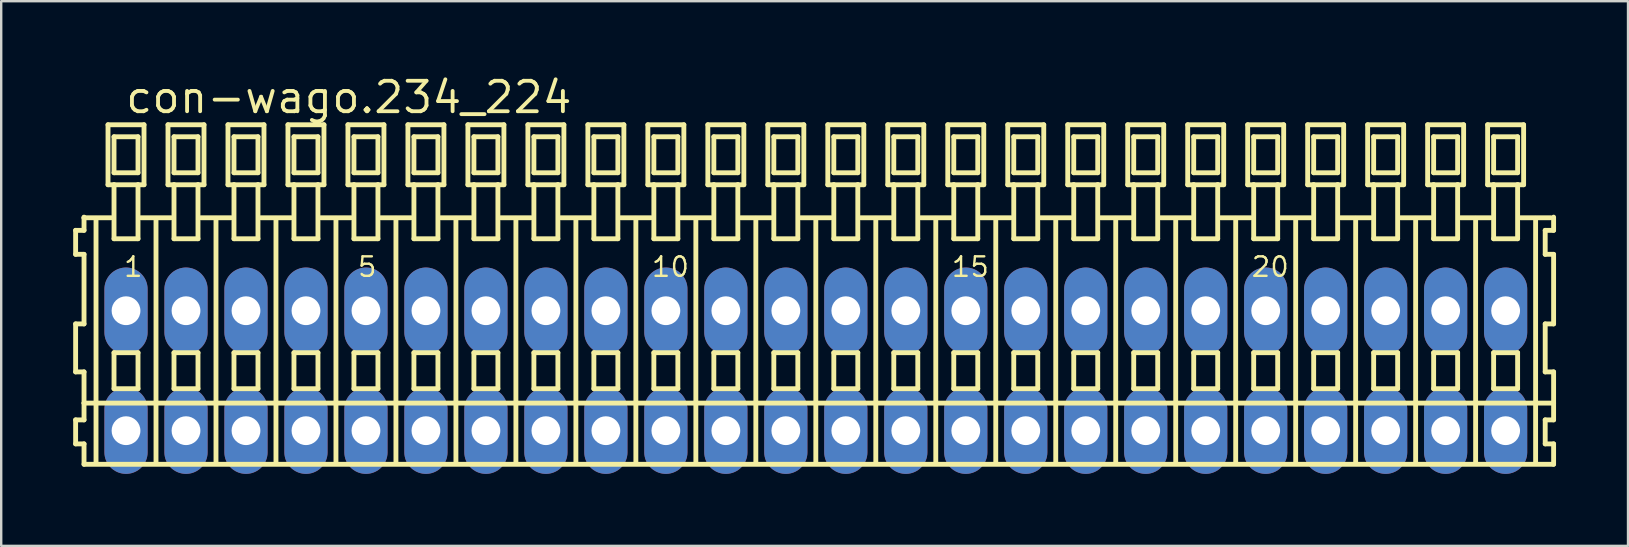
<source format=kicad_pcb>
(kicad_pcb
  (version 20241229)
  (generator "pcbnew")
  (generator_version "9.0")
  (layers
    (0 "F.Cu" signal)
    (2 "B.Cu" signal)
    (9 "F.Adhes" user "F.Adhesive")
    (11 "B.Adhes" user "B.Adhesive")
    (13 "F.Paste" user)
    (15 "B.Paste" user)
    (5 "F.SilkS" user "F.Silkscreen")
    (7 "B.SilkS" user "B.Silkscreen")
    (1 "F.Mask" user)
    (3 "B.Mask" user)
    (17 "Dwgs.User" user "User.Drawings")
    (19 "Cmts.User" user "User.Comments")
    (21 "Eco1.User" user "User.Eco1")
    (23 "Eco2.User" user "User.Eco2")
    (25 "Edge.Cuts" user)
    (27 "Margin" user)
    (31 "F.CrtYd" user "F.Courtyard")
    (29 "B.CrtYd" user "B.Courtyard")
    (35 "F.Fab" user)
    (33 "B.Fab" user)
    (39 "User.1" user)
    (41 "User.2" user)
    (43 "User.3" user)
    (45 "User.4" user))
  (footprint "con-wago.234_224"
    (layer "F.Cu")
    (at 30.952 12.4)
    (property "Reference" "con-wago.234_224" (at -28.85 -10.65 0) (layer "F.SilkS") (effects (font (size 1.27 1.27) (thickness 0.16)) (justify left bottom)))
    (attr through_hole)
    (fp_line (start -30.85 -5.85) (end -30.85 -4.85) (stroke (width 0.203) (type default)) (layer "F.SilkS"))
    (fp_line (start -30.85 -4.85) (end -30.5 -4.85) (stroke (width 0.203) (type default)) (layer "F.SilkS"))
    (fp_line (start -30.85 -1.95) (end -30.85 0.05) (stroke (width 0.203) (type default)) (layer "F.SilkS"))
    (fp_line (start -30.85 0.05) (end -30.5 0.05) (stroke (width 0.203) (type default)) (layer "F.SilkS"))
    (fp_line (start -30.85 2.05) (end -30.85 3.05) (stroke (width 0.203) (type default)) (layer "F.SilkS"))
    (fp_line (start -30.85 3.05) (end -30.5 3.05) (stroke (width 0.203) (type default)) (layer "F.SilkS"))
    (fp_line (start -30.5 -6.4) (end -30.5 -6.375) (stroke (width 0.203) (type default)) (layer "F.SilkS"))
    (fp_line (start -30.5 -6.375) (end -30.5 -5.85) (stroke (width 0.203) (type default)) (layer "F.SilkS"))
    (fp_line (start -30.5 -6.375) (end -29.375 -6.375) (stroke (width 0.203) (type default)) (layer "F.SilkS"))
    (fp_line (start -30.5 -5.85) (end -30.85 -5.85) (stroke (width 0.203) (type default)) (layer "F.SilkS"))
    (fp_line (start -30.5 -4.85) (end -30.5 -1.95) (stroke (width 0.203) (type default)) (layer "F.SilkS"))
    (fp_line (start -30.5 -1.95) (end -30.85 -1.95) (stroke (width 0.203) (type default)) (layer "F.SilkS"))
    (fp_line (start -30.5 0.05) (end -30.5 1.35) (stroke (width 0.203) (type default)) (layer "F.SilkS"))
    (fp_line (start -30.5 1.35) (end -30.5 2.05) (stroke (width 0.203) (type default)) (layer "F.SilkS"))
    (fp_line (start -30.5 1.35) (end 30.75 1.35) (stroke (width 0.203) (type default)) (layer "F.SilkS"))
    (fp_line (start -30.5 2.05) (end -30.85 2.05) (stroke (width 0.203) (type default)) (layer "F.SilkS"))
    (fp_line (start -30.5 3.05) (end -30.5 3.9) (stroke (width 0.203) (type default)) (layer "F.SilkS"))
    (fp_line (start -30.5 3.9) (end 30.75 3.9) (stroke (width 0.203) (type default)) (layer "F.SilkS"))
    (fp_line (start -30 -6.35) (end -30 3.8) (stroke (width 0.203) (type default)) (layer "F.SilkS"))
    (fp_line (start -29.5 -10.25) (end -29.5 -7.75) (stroke (width 0.203) (type default)) (layer "F.SilkS"))
    (fp_line (start -29.5 -7.75) (end -29.25 -7.75) (stroke (width 0.203) (type default)) (layer "F.SilkS"))
    (fp_line (start -29.25 -9.75) (end -29.25 -8.25) (stroke (width 0.203) (type default)) (layer "F.SilkS"))
    (fp_line (start -29.25 -8.25) (end -28.25 -8.25) (stroke (width 0.203) (type default)) (layer "F.SilkS"))
    (fp_line (start -29.25 -7.75) (end -29.25 -5.5) (stroke (width 0.203) (type default)) (layer "F.SilkS"))
    (fp_line (start -29.25 -7.75) (end -28.25 -7.75) (stroke (width 0.203) (type default)) (layer "F.SilkS"))
    (fp_line (start -29.25 -5.5) (end -28.25 -5.5) (stroke (width 0.203) (type default)) (layer "F.SilkS"))
    (fp_line (start -29.25 -0.75) (end -29.25 0.75) (stroke (width 0.203) (type default)) (layer "F.SilkS"))
    (fp_line (start -29.25 0.75) (end -28.25 0.75) (stroke (width 0.203) (type default)) (layer "F.SilkS"))
    (fp_line (start -28.25 -9.75) (end -29.25 -9.75) (stroke (width 0.203) (type default)) (layer "F.SilkS"))
    (fp_line (start -28.25 -8.25) (end -28.25 -9.75) (stroke (width 0.203) (type default)) (layer "F.SilkS"))
    (fp_line (start -28.25 -7.75) (end -28 -7.75) (stroke (width 0.203) (type default)) (layer "F.SilkS"))
    (fp_line (start -28.25 -5.5) (end -28.25 -7.75) (stroke (width 0.203) (type default)) (layer "F.SilkS"))
    (fp_line (start -28.25 -0.75) (end -29.25 -0.75) (stroke (width 0.203) (type default)) (layer "F.SilkS"))
    (fp_line (start -28.25 0.75) (end -28.25 -0.75) (stroke (width 0.203) (type default)) (layer "F.SilkS"))
    (fp_line (start -28.125 -6.375) (end -26.875 -6.375) (stroke (width 0.203) (type default)) (layer "F.SilkS"))
    (fp_line (start -28 -10.25) (end -29.5 -10.25) (stroke (width 0.203) (type default)) (layer "F.SilkS"))
    (fp_line (start -28 -7.75) (end -28 -10.25) (stroke (width 0.203) (type default)) (layer "F.SilkS"))
    (fp_line (start -27.5 -6.35) (end -27.5 3.8) (stroke (width 0.203) (type default)) (layer "F.SilkS"))
    (fp_line (start -27 -10.25) (end -27 -7.75) (stroke (width 0.203) (type default)) (layer "F.SilkS"))
    (fp_line (start -27 -7.75) (end -26.75 -7.75) (stroke (width 0.203) (type default)) (layer "F.SilkS"))
    (fp_line (start -26.75 -9.75) (end -26.75 -8.25) (stroke (width 0.203) (type default)) (layer "F.SilkS"))
    (fp_line (start -26.75 -8.25) (end -25.75 -8.25) (stroke (width 0.203) (type default)) (layer "F.SilkS"))
    (fp_line (start -26.75 -7.75) (end -26.75 -5.5) (stroke (width 0.203) (type default)) (layer "F.SilkS"))
    (fp_line (start -26.75 -7.75) (end -25.75 -7.75) (stroke (width 0.203) (type default)) (layer "F.SilkS"))
    (fp_line (start -26.75 -5.5) (end -25.75 -5.5) (stroke (width 0.203) (type default)) (layer "F.SilkS"))
    (fp_line (start -26.75 -0.75) (end -26.75 0.75) (stroke (width 0.203) (type default)) (layer "F.SilkS"))
    (fp_line (start -26.75 0.75) (end -25.75 0.75) (stroke (width 0.203) (type default)) (layer "F.SilkS"))
    (fp_line (start -25.75 -9.75) (end -26.75 -9.75) (stroke (width 0.203) (type default)) (layer "F.SilkS"))
    (fp_line (start -25.75 -8.25) (end -25.75 -9.75) (stroke (width 0.203) (type default)) (layer "F.SilkS"))
    (fp_line (start -25.75 -7.75) (end -25.5 -7.75) (stroke (width 0.203) (type default)) (layer "F.SilkS"))
    (fp_line (start -25.75 -5.5) (end -25.75 -7.75) (stroke (width 0.203) (type default)) (layer "F.SilkS"))
    (fp_line (start -25.75 -0.75) (end -26.75 -0.75) (stroke (width 0.203) (type default)) (layer "F.SilkS"))
    (fp_line (start -25.75 0.75) (end -25.75 -0.75) (stroke (width 0.203) (type default)) (layer "F.SilkS"))
    (fp_line (start -25.625 -6.375) (end -24.375 -6.375) (stroke (width 0.203) (type default)) (layer "F.SilkS"))
    (fp_line (start -25.5 -10.25) (end -27 -10.25) (stroke (width 0.203) (type default)) (layer "F.SilkS"))
    (fp_line (start -25.5 -7.75) (end -25.5 -10.25) (stroke (width 0.203) (type default)) (layer "F.SilkS"))
    (fp_line (start -25 -6.35) (end -25 3.8) (stroke (width 0.203) (type default)) (layer "F.SilkS"))
    (fp_line (start -24.5 -10.25) (end -24.5 -7.75) (stroke (width 0.203) (type default)) (layer "F.SilkS"))
    (fp_line (start -24.5 -7.75) (end -24.25 -7.75) (stroke (width 0.203) (type default)) (layer "F.SilkS"))
    (fp_line (start -24.25 -9.75) (end -24.25 -8.25) (stroke (width 0.203) (type default)) (layer "F.SilkS"))
    (fp_line (start -24.25 -8.25) (end -23.25 -8.25) (stroke (width 0.203) (type default)) (layer "F.SilkS"))
    (fp_line (start -24.25 -7.75) (end -24.25 -5.5) (stroke (width 0.203) (type default)) (layer "F.SilkS"))
    (fp_line (start -24.25 -7.75) (end -23.25 -7.75) (stroke (width 0.203) (type default)) (layer "F.SilkS"))
    (fp_line (start -24.25 -5.5) (end -23.25 -5.5) (stroke (width 0.203) (type default)) (layer "F.SilkS"))
    (fp_line (start -24.25 -0.75) (end -24.25 0.75) (stroke (width 0.203) (type default)) (layer "F.SilkS"))
    (fp_line (start -24.25 0.75) (end -23.25 0.75) (stroke (width 0.203) (type default)) (layer "F.SilkS"))
    (fp_line (start -23.25 -9.75) (end -24.25 -9.75) (stroke (width 0.203) (type default)) (layer "F.SilkS"))
    (fp_line (start -23.25 -8.25) (end -23.25 -9.75) (stroke (width 0.203) (type default)) (layer "F.SilkS"))
    (fp_line (start -23.25 -7.75) (end -23 -7.75) (stroke (width 0.203) (type default)) (layer "F.SilkS"))
    (fp_line (start -23.25 -5.5) (end -23.25 -7.75) (stroke (width 0.203) (type default)) (layer "F.SilkS"))
    (fp_line (start -23.25 -0.75) (end -24.25 -0.75) (stroke (width 0.203) (type default)) (layer "F.SilkS"))
    (fp_line (start -23.25 0.75) (end -23.25 -0.75) (stroke (width 0.203) (type default)) (layer "F.SilkS"))
    (fp_line (start -23.125 -6.375) (end -21.875 -6.375) (stroke (width 0.203) (type default)) (layer "F.SilkS"))
    (fp_line (start -23 -10.25) (end -24.5 -10.25) (stroke (width 0.203) (type default)) (layer "F.SilkS"))
    (fp_line (start -23 -7.75) (end -23 -10.25) (stroke (width 0.203) (type default)) (layer "F.SilkS"))
    (fp_line (start -22.5 -6.35) (end -22.5 3.8) (stroke (width 0.203) (type default)) (layer "F.SilkS"))
    (fp_line (start -22 -10.25) (end -22 -7.75) (stroke (width 0.203) (type default)) (layer "F.SilkS"))
    (fp_line (start -22 -7.75) (end -21.75 -7.75) (stroke (width 0.203) (type default)) (layer "F.SilkS"))
    (fp_line (start -21.75 -9.75) (end -21.75 -8.25) (stroke (width 0.203) (type default)) (layer "F.SilkS"))
    (fp_line (start -21.75 -8.25) (end -20.75 -8.25) (stroke (width 0.203) (type default)) (layer "F.SilkS"))
    (fp_line (start -21.75 -7.75) (end -21.75 -5.5) (stroke (width 0.203) (type default)) (layer "F.SilkS"))
    (fp_line (start -21.75 -7.75) (end -20.75 -7.75) (stroke (width 0.203) (type default)) (layer "F.SilkS"))
    (fp_line (start -21.75 -5.5) (end -20.75 -5.5) (stroke (width 0.203) (type default)) (layer "F.SilkS"))
    (fp_line (start -21.75 -0.75) (end -21.75 0.75) (stroke (width 0.203) (type default)) (layer "F.SilkS"))
    (fp_line (start -21.75 0.75) (end -20.75 0.75) (stroke (width 0.203) (type default)) (layer "F.SilkS"))
    (fp_line (start -20.75 -9.75) (end -21.75 -9.75) (stroke (width 0.203) (type default)) (layer "F.SilkS"))
    (fp_line (start -20.75 -8.25) (end -20.75 -9.75) (stroke (width 0.203) (type default)) (layer "F.SilkS"))
    (fp_line (start -20.75 -7.75) (end -20.5 -7.75) (stroke (width 0.203) (type default)) (layer "F.SilkS"))
    (fp_line (start -20.75 -5.5) (end -20.75 -7.75) (stroke (width 0.203) (type default)) (layer "F.SilkS"))
    (fp_line (start -20.75 -0.75) (end -21.75 -0.75) (stroke (width 0.203) (type default)) (layer "F.SilkS"))
    (fp_line (start -20.75 0.75) (end -20.75 -0.75) (stroke (width 0.203) (type default)) (layer "F.SilkS"))
    (fp_line (start -20.625 -6.375) (end -19.375 -6.375) (stroke (width 0.203) (type default)) (layer "F.SilkS"))
    (fp_line (start -20.5 -10.25) (end -22 -10.25) (stroke (width 0.203) (type default)) (layer "F.SilkS"))
    (fp_line (start -20.5 -7.75) (end -20.5 -10.25) (stroke (width 0.203) (type default)) (layer "F.SilkS"))
    (fp_line (start -20 -6.35) (end -20 3.8) (stroke (width 0.203) (type default)) (layer "F.SilkS"))
    (fp_line (start -19.5 -10.25) (end -19.5 -7.75) (stroke (width 0.203) (type default)) (layer "F.SilkS"))
    (fp_line (start -19.5 -7.75) (end -19.25 -7.75) (stroke (width 0.203) (type default)) (layer "F.SilkS"))
    (fp_line (start -19.25 -9.75) (end -19.25 -8.25) (stroke (width 0.203) (type default)) (layer "F.SilkS"))
    (fp_line (start -19.25 -8.25) (end -18.25 -8.25) (stroke (width 0.203) (type default)) (layer "F.SilkS"))
    (fp_line (start -19.25 -7.75) (end -19.25 -5.5) (stroke (width 0.203) (type default)) (layer "F.SilkS"))
    (fp_line (start -19.25 -7.75) (end -18.25 -7.75) (stroke (width 0.203) (type default)) (layer "F.SilkS"))
    (fp_line (start -19.25 -5.5) (end -18.25 -5.5) (stroke (width 0.203) (type default)) (layer "F.SilkS"))
    (fp_line (start -19.25 -0.75) (end -19.25 0.75) (stroke (width 0.203) (type default)) (layer "F.SilkS"))
    (fp_line (start -19.25 0.75) (end -18.25 0.75) (stroke (width 0.203) (type default)) (layer "F.SilkS"))
    (fp_line (start -18.25 -9.75) (end -19.25 -9.75) (stroke (width 0.203) (type default)) (layer "F.SilkS"))
    (fp_line (start -18.25 -8.25) (end -18.25 -9.75) (stroke (width 0.203) (type default)) (layer "F.SilkS"))
    (fp_line (start -18.25 -7.75) (end -18 -7.75) (stroke (width 0.203) (type default)) (layer "F.SilkS"))
    (fp_line (start -18.25 -5.5) (end -18.25 -7.75) (stroke (width 0.203) (type default)) (layer "F.SilkS"))
    (fp_line (start -18.25 -0.75) (end -19.25 -0.75) (stroke (width 0.203) (type default)) (layer "F.SilkS"))
    (fp_line (start -18.25 0.75) (end -18.25 -0.75) (stroke (width 0.203) (type default)) (layer "F.SilkS"))
    (fp_line (start -18.125 -6.375) (end -16.875 -6.375) (stroke (width 0.203) (type default)) (layer "F.SilkS"))
    (fp_line (start -18 -10.25) (end -19.5 -10.25) (stroke (width 0.203) (type default)) (layer "F.SilkS"))
    (fp_line (start -18 -7.75) (end -18 -10.25) (stroke (width 0.203) (type default)) (layer "F.SilkS"))
    (fp_line (start -17.5 -6.35) (end -17.5 3.8) (stroke (width 0.203) (type default)) (layer "F.SilkS"))
    (fp_line (start -17 -10.25) (end -17 -7.75) (stroke (width 0.203) (type default)) (layer "F.SilkS"))
    (fp_line (start -17 -7.75) (end -16.75 -7.75) (stroke (width 0.203) (type default)) (layer "F.SilkS"))
    (fp_line (start -16.75 -9.75) (end -16.75 -8.25) (stroke (width 0.203) (type default)) (layer "F.SilkS"))
    (fp_line (start -16.75 -8.25) (end -15.75 -8.25) (stroke (width 0.203) (type default)) (layer "F.SilkS"))
    (fp_line (start -16.75 -7.75) (end -16.75 -5.5) (stroke (width 0.203) (type default)) (layer "F.SilkS"))
    (fp_line (start -16.75 -7.75) (end -15.75 -7.75) (stroke (width 0.203) (type default)) (layer "F.SilkS"))
    (fp_line (start -16.75 -5.5) (end -15.75 -5.5) (stroke (width 0.203) (type default)) (layer "F.SilkS"))
    (fp_line (start -16.75 -0.75) (end -16.75 0.75) (stroke (width 0.203) (type default)) (layer "F.SilkS"))
    (fp_line (start -16.75 0.75) (end -15.75 0.75) (stroke (width 0.203) (type default)) (layer "F.SilkS"))
    (fp_line (start -15.75 -9.75) (end -16.75 -9.75) (stroke (width 0.203) (type default)) (layer "F.SilkS"))
    (fp_line (start -15.75 -8.25) (end -15.75 -9.75) (stroke (width 0.203) (type default)) (layer "F.SilkS"))
    (fp_line (start -15.75 -7.75) (end -15.5 -7.75) (stroke (width 0.203) (type default)) (layer "F.SilkS"))
    (fp_line (start -15.75 -5.5) (end -15.75 -7.75) (stroke (width 0.203) (type default)) (layer "F.SilkS"))
    (fp_line (start -15.75 -0.75) (end -16.75 -0.75) (stroke (width 0.203) (type default)) (layer "F.SilkS"))
    (fp_line (start -15.75 0.75) (end -15.75 -0.75) (stroke (width 0.203) (type default)) (layer "F.SilkS"))
    (fp_line (start -15.625 -6.375) (end -14.375 -6.375) (stroke (width 0.203) (type default)) (layer "F.SilkS"))
    (fp_line (start -15.5 -10.25) (end -17 -10.25) (stroke (width 0.203) (type default)) (layer "F.SilkS"))
    (fp_line (start -15.5 -7.75) (end -15.5 -10.25) (stroke (width 0.203) (type default)) (layer "F.SilkS"))
    (fp_line (start -15 -6.35) (end -15 3.8) (stroke (width 0.203) (type default)) (layer "F.SilkS"))
    (fp_line (start -14.5 -10.25) (end -14.5 -7.75) (stroke (width 0.203) (type default)) (layer "F.SilkS"))
    (fp_line (start -14.5 -7.75) (end -14.25 -7.75) (stroke (width 0.203) (type default)) (layer "F.SilkS"))
    (fp_line (start -14.25 -9.75) (end -14.25 -8.25) (stroke (width 0.203) (type default)) (layer "F.SilkS"))
    (fp_line (start -14.25 -8.25) (end -13.25 -8.25) (stroke (width 0.203) (type default)) (layer "F.SilkS"))
    (fp_line (start -14.25 -7.75) (end -14.25 -5.5) (stroke (width 0.203) (type default)) (layer "F.SilkS"))
    (fp_line (start -14.25 -7.75) (end -13.25 -7.75) (stroke (width 0.203) (type default)) (layer "F.SilkS"))
    (fp_line (start -14.25 -5.5) (end -13.25 -5.5) (stroke (width 0.203) (type default)) (layer "F.SilkS"))
    (fp_line (start -14.25 -0.75) (end -14.25 0.75) (stroke (width 0.203) (type default)) (layer "F.SilkS"))
    (fp_line (start -14.25 0.75) (end -13.25 0.75) (stroke (width 0.203) (type default)) (layer "F.SilkS"))
    (fp_line (start -13.25 -9.75) (end -14.25 -9.75) (stroke (width 0.203) (type default)) (layer "F.SilkS"))
    (fp_line (start -13.25 -8.25) (end -13.25 -9.75) (stroke (width 0.203) (type default)) (layer "F.SilkS"))
    (fp_line (start -13.25 -7.75) (end -13 -7.75) (stroke (width 0.203) (type default)) (layer "F.SilkS"))
    (fp_line (start -13.25 -5.5) (end -13.25 -7.75) (stroke (width 0.203) (type default)) (layer "F.SilkS"))
    (fp_line (start -13.25 -0.75) (end -14.25 -0.75) (stroke (width 0.203) (type default)) (layer "F.SilkS"))
    (fp_line (start -13.25 0.75) (end -13.25 -0.75) (stroke (width 0.203) (type default)) (layer "F.SilkS"))
    (fp_line (start -13.125 -6.375) (end -11.875 -6.375) (stroke (width 0.203) (type default)) (layer "F.SilkS"))
    (fp_line (start -13 -10.25) (end -14.5 -10.25) (stroke (width 0.203) (type default)) (layer "F.SilkS"))
    (fp_line (start -13 -7.75) (end -13 -10.25) (stroke (width 0.203) (type default)) (layer "F.SilkS"))
    (fp_line (start -12.5 -6.35) (end -12.5 3.8) (stroke (width 0.203) (type default)) (layer "F.SilkS"))
    (fp_line (start -12 -10.25) (end -12 -7.75) (stroke (width 0.203) (type default)) (layer "F.SilkS"))
    (fp_line (start -12 -7.75) (end -11.75 -7.75) (stroke (width 0.203) (type default)) (layer "F.SilkS"))
    (fp_line (start -11.75 -9.75) (end -11.75 -8.25) (stroke (width 0.203) (type default)) (layer "F.SilkS"))
    (fp_line (start -11.75 -8.25) (end -10.75 -8.25) (stroke (width 0.203) (type default)) (layer "F.SilkS"))
    (fp_line (start -11.75 -7.75) (end -11.75 -5.5) (stroke (width 0.203) (type default)) (layer "F.SilkS"))
    (fp_line (start -11.75 -7.75) (end -10.75 -7.75) (stroke (width 0.203) (type default)) (layer "F.SilkS"))
    (fp_line (start -11.75 -5.5) (end -10.75 -5.5) (stroke (width 0.203) (type default)) (layer "F.SilkS"))
    (fp_line (start -11.75 -0.75) (end -11.75 0.75) (stroke (width 0.203) (type default)) (layer "F.SilkS"))
    (fp_line (start -11.75 0.75) (end -10.75 0.75) (stroke (width 0.203) (type default)) (layer "F.SilkS"))
    (fp_line (start -10.75 -9.75) (end -11.75 -9.75) (stroke (width 0.203) (type default)) (layer "F.SilkS"))
    (fp_line (start -10.75 -8.25) (end -10.75 -9.75) (stroke (width 0.203) (type default)) (layer "F.SilkS"))
    (fp_line (start -10.75 -7.75) (end -10.5 -7.75) (stroke (width 0.203) (type default)) (layer "F.SilkS"))
    (fp_line (start -10.75 -5.5) (end -10.75 -7.75) (stroke (width 0.203) (type default)) (layer "F.SilkS"))
    (fp_line (start -10.75 -0.75) (end -11.75 -0.75) (stroke (width 0.203) (type default)) (layer "F.SilkS"))
    (fp_line (start -10.75 0.75) (end -10.75 -0.75) (stroke (width 0.203) (type default)) (layer "F.SilkS"))
    (fp_line (start -10.625 -6.375) (end -9.375 -6.375) (stroke (width 0.203) (type default)) (layer "F.SilkS"))
    (fp_line (start -10.5 -10.25) (end -12 -10.25) (stroke (width 0.203) (type default)) (layer "F.SilkS"))
    (fp_line (start -10.5 -7.75) (end -10.5 -10.25) (stroke (width 0.203) (type default)) (layer "F.SilkS"))
    (fp_line (start -10 -6.35) (end -10 3.8) (stroke (width 0.203) (type default)) (layer "F.SilkS"))
    (fp_line (start -9.5 -10.25) (end -9.5 -7.75) (stroke (width 0.203) (type default)) (layer "F.SilkS"))
    (fp_line (start -9.5 -7.75) (end -9.25 -7.75) (stroke (width 0.203) (type default)) (layer "F.SilkS"))
    (fp_line (start -9.25 -9.75) (end -9.25 -8.25) (stroke (width 0.203) (type default)) (layer "F.SilkS"))
    (fp_line (start -9.25 -8.25) (end -8.25 -8.25) (stroke (width 0.203) (type default)) (layer "F.SilkS"))
    (fp_line (start -9.25 -7.75) (end -9.25 -5.5) (stroke (width 0.203) (type default)) (layer "F.SilkS"))
    (fp_line (start -9.25 -7.75) (end -8.25 -7.75) (stroke (width 0.203) (type default)) (layer "F.SilkS"))
    (fp_line (start -9.25 -5.5) (end -8.25 -5.5) (stroke (width 0.203) (type default)) (layer "F.SilkS"))
    (fp_line (start -9.25 -0.75) (end -9.25 0.75) (stroke (width 0.203) (type default)) (layer "F.SilkS"))
    (fp_line (start -9.25 0.75) (end -8.25 0.75) (stroke (width 0.203) (type default)) (layer "F.SilkS"))
    (fp_line (start -8.25 -9.75) (end -9.25 -9.75) (stroke (width 0.203) (type default)) (layer "F.SilkS"))
    (fp_line (start -8.25 -8.25) (end -8.25 -9.75) (stroke (width 0.203) (type default)) (layer "F.SilkS"))
    (fp_line (start -8.25 -7.75) (end -8 -7.75) (stroke (width 0.203) (type default)) (layer "F.SilkS"))
    (fp_line (start -8.25 -5.5) (end -8.25 -7.75) (stroke (width 0.203) (type default)) (layer "F.SilkS"))
    (fp_line (start -8.25 -0.75) (end -9.25 -0.75) (stroke (width 0.203) (type default)) (layer "F.SilkS"))
    (fp_line (start -8.25 0.75) (end -8.25 -0.75) (stroke (width 0.203) (type default)) (layer "F.SilkS"))
    (fp_line (start -8.125 -6.375) (end -6.875 -6.375) (stroke (width 0.203) (type default)) (layer "F.SilkS"))
    (fp_line (start -8 -10.25) (end -9.5 -10.25) (stroke (width 0.203) (type default)) (layer "F.SilkS"))
    (fp_line (start -8 -7.75) (end -8 -10.25) (stroke (width 0.203) (type default)) (layer "F.SilkS"))
    (fp_line (start -7.5 -6.35) (end -7.5 3.8) (stroke (width 0.203) (type default)) (layer "F.SilkS"))
    (fp_line (start -7 -10.25) (end -7 -7.75) (stroke (width 0.203) (type default)) (layer "F.SilkS"))
    (fp_line (start -7 -7.75) (end -6.75 -7.75) (stroke (width 0.203) (type default)) (layer "F.SilkS"))
    (fp_line (start -6.75 -9.75) (end -6.75 -8.25) (stroke (width 0.203) (type default)) (layer "F.SilkS"))
    (fp_line (start -6.75 -8.25) (end -5.75 -8.25) (stroke (width 0.203) (type default)) (layer "F.SilkS"))
    (fp_line (start -6.75 -7.75) (end -6.75 -5.5) (stroke (width 0.203) (type default)) (layer "F.SilkS"))
    (fp_line (start -6.75 -7.75) (end -5.75 -7.75) (stroke (width 0.203) (type default)) (layer "F.SilkS"))
    (fp_line (start -6.75 -5.5) (end -5.75 -5.5) (stroke (width 0.203) (type default)) (layer "F.SilkS"))
    (fp_line (start -6.75 -0.75) (end -6.75 0.75) (stroke (width 0.203) (type default)) (layer "F.SilkS"))
    (fp_line (start -6.75 0.75) (end -5.75 0.75) (stroke (width 0.203) (type default)) (layer "F.SilkS"))
    (fp_line (start -5.75 -9.75) (end -6.75 -9.75) (stroke (width 0.203) (type default)) (layer "F.SilkS"))
    (fp_line (start -5.75 -8.25) (end -5.75 -9.75) (stroke (width 0.203) (type default)) (layer "F.SilkS"))
    (fp_line (start -5.75 -7.75) (end -5.5 -7.75) (stroke (width 0.203) (type default)) (layer "F.SilkS"))
    (fp_line (start -5.75 -5.5) (end -5.75 -7.75) (stroke (width 0.203) (type default)) (layer "F.SilkS"))
    (fp_line (start -5.75 -0.75) (end -6.75 -0.75) (stroke (width 0.203) (type default)) (layer "F.SilkS"))
    (fp_line (start -5.75 0.75) (end -5.75 -0.75) (stroke (width 0.203) (type default)) (layer "F.SilkS"))
    (fp_line (start -5.625 -6.375) (end -4.375 -6.375) (stroke (width 0.203) (type default)) (layer "F.SilkS"))
    (fp_line (start -5.5 -10.25) (end -7 -10.25) (stroke (width 0.203) (type default)) (layer "F.SilkS"))
    (fp_line (start -5.5 -7.75) (end -5.5 -10.25) (stroke (width 0.203) (type default)) (layer "F.SilkS"))
    (fp_line (start -5 -6.35) (end -5 3.8) (stroke (width 0.203) (type default)) (layer "F.SilkS"))
    (fp_line (start -4.5 -10.25) (end -4.5 -7.75) (stroke (width 0.203) (type default)) (layer "F.SilkS"))
    (fp_line (start -4.5 -7.75) (end -4.25 -7.75) (stroke (width 0.203) (type default)) (layer "F.SilkS"))
    (fp_line (start -4.25 -9.75) (end -4.25 -8.25) (stroke (width 0.203) (type default)) (layer "F.SilkS"))
    (fp_line (start -4.25 -8.25) (end -3.25 -8.25) (stroke (width 0.203) (type default)) (layer "F.SilkS"))
    (fp_line (start -4.25 -7.75) (end -4.25 -5.5) (stroke (width 0.203) (type default)) (layer "F.SilkS"))
    (fp_line (start -4.25 -7.75) (end -3.25 -7.75) (stroke (width 0.203) (type default)) (layer "F.SilkS"))
    (fp_line (start -4.25 -5.5) (end -3.25 -5.5) (stroke (width 0.203) (type default)) (layer "F.SilkS"))
    (fp_line (start -4.25 -0.75) (end -4.25 0.75) (stroke (width 0.203) (type default)) (layer "F.SilkS"))
    (fp_line (start -4.25 0.75) (end -3.25 0.75) (stroke (width 0.203) (type default)) (layer "F.SilkS"))
    (fp_line (start -3.25 -9.75) (end -4.25 -9.75) (stroke (width 0.203) (type default)) (layer "F.SilkS"))
    (fp_line (start -3.25 -8.25) (end -3.25 -9.75) (stroke (width 0.203) (type default)) (layer "F.SilkS"))
    (fp_line (start -3.25 -7.75) (end -3 -7.75) (stroke (width 0.203) (type default)) (layer "F.SilkS"))
    (fp_line (start -3.25 -5.5) (end -3.25 -7.75) (stroke (width 0.203) (type default)) (layer "F.SilkS"))
    (fp_line (start -3.25 -0.75) (end -4.25 -0.75) (stroke (width 0.203) (type default)) (layer "F.SilkS"))
    (fp_line (start -3.25 0.75) (end -3.25 -0.75) (stroke (width 0.203) (type default)) (layer "F.SilkS"))
    (fp_line (start -3.125 -6.375) (end -1.875 -6.375) (stroke (width 0.203) (type default)) (layer "F.SilkS"))
    (fp_line (start -3 -10.25) (end -4.5 -10.25) (stroke (width 0.203) (type default)) (layer "F.SilkS"))
    (fp_line (start -3 -7.75) (end -3 -10.25) (stroke (width 0.203) (type default)) (layer "F.SilkS"))
    (fp_line (start -2.5 -6.35) (end -2.5 3.8) (stroke (width 0.203) (type default)) (layer "F.SilkS"))
    (fp_line (start -2 -10.25) (end -2 -7.75) (stroke (width 0.203) (type default)) (layer "F.SilkS"))
    (fp_line (start -2 -7.75) (end -1.75 -7.75) (stroke (width 0.203) (type default)) (layer "F.SilkS"))
    (fp_line (start -1.75 -9.75) (end -1.75 -8.25) (stroke (width 0.203) (type default)) (layer "F.SilkS"))
    (fp_line (start -1.75 -8.25) (end -0.75 -8.25) (stroke (width 0.203) (type default)) (layer "F.SilkS"))
    (fp_line (start -1.75 -7.75) (end -1.75 -5.5) (stroke (width 0.203) (type default)) (layer "F.SilkS"))
    (fp_line (start -1.75 -7.75) (end -0.75 -7.75) (stroke (width 0.203) (type default)) (layer "F.SilkS"))
    (fp_line (start -1.75 -5.5) (end -0.75 -5.5) (stroke (width 0.203) (type default)) (layer "F.SilkS"))
    (fp_line (start -1.75 -0.75) (end -1.75 0.75) (stroke (width 0.203) (type default)) (layer "F.SilkS"))
    (fp_line (start -1.75 0.75) (end -0.75 0.75) (stroke (width 0.203) (type default)) (layer "F.SilkS"))
    (fp_line (start -0.75 -9.75) (end -1.75 -9.75) (stroke (width 0.203) (type default)) (layer "F.SilkS"))
    (fp_line (start -0.75 -8.25) (end -0.75 -9.75) (stroke (width 0.203) (type default)) (layer "F.SilkS"))
    (fp_line (start -0.75 -7.75) (end -0.5 -7.75) (stroke (width 0.203) (type default)) (layer "F.SilkS"))
    (fp_line (start -0.75 -5.5) (end -0.75 -7.75) (stroke (width 0.203) (type default)) (layer "F.SilkS"))
    (fp_line (start -0.75 -0.75) (end -1.75 -0.75) (stroke (width 0.203) (type default)) (layer "F.SilkS"))
    (fp_line (start -0.75 0.75) (end -0.75 -0.75) (stroke (width 0.203) (type default)) (layer "F.SilkS"))
    (fp_line (start -0.625 -6.375) (end 0.625 -6.375) (stroke (width 0.203) (type default)) (layer "F.SilkS"))
    (fp_line (start -0.5 -10.25) (end -2 -10.25) (stroke (width 0.203) (type default)) (layer "F.SilkS"))
    (fp_line (start -0.5 -7.75) (end -0.5 -10.25) (stroke (width 0.203) (type default)) (layer "F.SilkS"))
    (fp_line (start 0 -6.35) (end 0 3.8) (stroke (width 0.203) (type default)) (layer "F.SilkS"))
    (fp_line (start 0.5 -10.25) (end 0.5 -7.75) (stroke (width 0.203) (type default)) (layer "F.SilkS"))
    (fp_line (start 0.5 -7.75) (end 0.75 -7.75) (stroke (width 0.203) (type default)) (layer "F.SilkS"))
    (fp_line (start 0.75 -9.75) (end 0.75 -8.25) (stroke (width 0.203) (type default)) (layer "F.SilkS"))
    (fp_line (start 0.75 -8.25) (end 1.75 -8.25) (stroke (width 0.203) (type default)) (layer "F.SilkS"))
    (fp_line (start 0.75 -7.75) (end 0.75 -5.5) (stroke (width 0.203) (type default)) (layer "F.SilkS"))
    (fp_line (start 0.75 -7.75) (end 1.75 -7.75) (stroke (width 0.203) (type default)) (layer "F.SilkS"))
    (fp_line (start 0.75 -5.5) (end 1.75 -5.5) (stroke (width 0.203) (type default)) (layer "F.SilkS"))
    (fp_line (start 0.75 -0.75) (end 0.75 0.75) (stroke (width 0.203) (type default)) (layer "F.SilkS"))
    (fp_line (start 0.75 0.75) (end 1.75 0.75) (stroke (width 0.203) (type default)) (layer "F.SilkS"))
    (fp_line (start 1.75 -9.75) (end 0.75 -9.75) (stroke (width 0.203) (type default)) (layer "F.SilkS"))
    (fp_line (start 1.75 -8.25) (end 1.75 -9.75) (stroke (width 0.203) (type default)) (layer "F.SilkS"))
    (fp_line (start 1.75 -7.75) (end 2 -7.75) (stroke (width 0.203) (type default)) (layer "F.SilkS"))
    (fp_line (start 1.75 -5.5) (end 1.75 -7.75) (stroke (width 0.203) (type default)) (layer "F.SilkS"))
    (fp_line (start 1.75 -0.75) (end 0.75 -0.75) (stroke (width 0.203) (type default)) (layer "F.SilkS"))
    (fp_line (start 1.75 0.75) (end 1.75 -0.75) (stroke (width 0.203) (type default)) (layer "F.SilkS"))
    (fp_line (start 1.875 -6.375) (end 3.125 -6.375) (stroke (width 0.203) (type default)) (layer "F.SilkS"))
    (fp_line (start 2 -10.25) (end 0.5 -10.25) (stroke (width 0.203) (type default)) (layer "F.SilkS"))
    (fp_line (start 2 -7.75) (end 2 -10.25) (stroke (width 0.203) (type default)) (layer "F.SilkS"))
    (fp_line (start 2.5 -6.35) (end 2.5 3.8) (stroke (width 0.203) (type default)) (layer "F.SilkS"))
    (fp_line (start 3 -10.25) (end 3 -7.75) (stroke (width 0.203) (type default)) (layer "F.SilkS"))
    (fp_line (start 3 -7.75) (end 3.25 -7.75) (stroke (width 0.203) (type default)) (layer "F.SilkS"))
    (fp_line (start 3.25 -9.75) (end 3.25 -8.25) (stroke (width 0.203) (type default)) (layer "F.SilkS"))
    (fp_line (start 3.25 -8.25) (end 4.25 -8.25) (stroke (width 0.203) (type default)) (layer "F.SilkS"))
    (fp_line (start 3.25 -7.75) (end 3.25 -5.5) (stroke (width 0.203) (type default)) (layer "F.SilkS"))
    (fp_line (start 3.25 -7.75) (end 4.25 -7.75) (stroke (width 0.203) (type default)) (layer "F.SilkS"))
    (fp_line (start 3.25 -5.5) (end 4.25 -5.5) (stroke (width 0.203) (type default)) (layer "F.SilkS"))
    (fp_line (start 3.25 -0.75) (end 3.25 0.75) (stroke (width 0.203) (type default)) (layer "F.SilkS"))
    (fp_line (start 3.25 0.75) (end 4.25 0.75) (stroke (width 0.203) (type default)) (layer "F.SilkS"))
    (fp_line (start 4.25 -9.75) (end 3.25 -9.75) (stroke (width 0.203) (type default)) (layer "F.SilkS"))
    (fp_line (start 4.25 -8.25) (end 4.25 -9.75) (stroke (width 0.203) (type default)) (layer "F.SilkS"))
    (fp_line (start 4.25 -7.75) (end 4.5 -7.75) (stroke (width 0.203) (type default)) (layer "F.SilkS"))
    (fp_line (start 4.25 -5.5) (end 4.25 -7.75) (stroke (width 0.203) (type default)) (layer "F.SilkS"))
    (fp_line (start 4.25 -0.75) (end 3.25 -0.75) (stroke (width 0.203) (type default)) (layer "F.SilkS"))
    (fp_line (start 4.25 0.75) (end 4.25 -0.75) (stroke (width 0.203) (type default)) (layer "F.SilkS"))
    (fp_line (start 4.375 -6.375) (end 5.625 -6.375) (stroke (width 0.203) (type default)) (layer "F.SilkS"))
    (fp_line (start 4.5 -10.25) (end 3 -10.25) (stroke (width 0.203) (type default)) (layer "F.SilkS"))
    (fp_line (start 4.5 -7.75) (end 4.5 -10.25) (stroke (width 0.203) (type default)) (layer "F.SilkS"))
    (fp_line (start 5 -6.35) (end 5 3.8) (stroke (width 0.203) (type default)) (layer "F.SilkS"))
    (fp_line (start 5.5 -10.25) (end 5.5 -7.75) (stroke (width 0.203) (type default)) (layer "F.SilkS"))
    (fp_line (start 5.5 -7.75) (end 5.75 -7.75) (stroke (width 0.203) (type default)) (layer "F.SilkS"))
    (fp_line (start 5.75 -9.75) (end 5.75 -8.25) (stroke (width 0.203) (type default)) (layer "F.SilkS"))
    (fp_line (start 5.75 -8.25) (end 6.75 -8.25) (stroke (width 0.203) (type default)) (layer "F.SilkS"))
    (fp_line (start 5.75 -7.75) (end 5.75 -5.5) (stroke (width 0.203) (type default)) (layer "F.SilkS"))
    (fp_line (start 5.75 -7.75) (end 6.75 -7.75) (stroke (width 0.203) (type default)) (layer "F.SilkS"))
    (fp_line (start 5.75 -5.5) (end 6.75 -5.5) (stroke (width 0.203) (type default)) (layer "F.SilkS"))
    (fp_line (start 5.75 -0.75) (end 5.75 0.75) (stroke (width 0.203) (type default)) (layer "F.SilkS"))
    (fp_line (start 5.75 0.75) (end 6.75 0.75) (stroke (width 0.203) (type default)) (layer "F.SilkS"))
    (fp_line (start 6.75 -9.75) (end 5.75 -9.75) (stroke (width 0.203) (type default)) (layer "F.SilkS"))
    (fp_line (start 6.75 -8.25) (end 6.75 -9.75) (stroke (width 0.203) (type default)) (layer "F.SilkS"))
    (fp_line (start 6.75 -7.75) (end 7 -7.75) (stroke (width 0.203) (type default)) (layer "F.SilkS"))
    (fp_line (start 6.75 -5.5) (end 6.75 -7.75) (stroke (width 0.203) (type default)) (layer "F.SilkS"))
    (fp_line (start 6.75 -0.75) (end 5.75 -0.75) (stroke (width 0.203) (type default)) (layer "F.SilkS"))
    (fp_line (start 6.75 0.75) (end 6.75 -0.75) (stroke (width 0.203) (type default)) (layer "F.SilkS"))
    (fp_line (start 6.875 -6.375) (end 8.125 -6.375) (stroke (width 0.203) (type default)) (layer "F.SilkS"))
    (fp_line (start 7 -10.25) (end 5.5 -10.25) (stroke (width 0.203) (type default)) (layer "F.SilkS"))
    (fp_line (start 7 -7.75) (end 7 -10.25) (stroke (width 0.203) (type default)) (layer "F.SilkS"))
    (fp_line (start 7.5 -6.35) (end 7.5 3.8) (stroke (width 0.203) (type default)) (layer "F.SilkS"))
    (fp_line (start 8 -10.25) (end 8 -7.75) (stroke (width 0.203) (type default)) (layer "F.SilkS"))
    (fp_line (start 8 -7.75) (end 8.25 -7.75) (stroke (width 0.203) (type default)) (layer "F.SilkS"))
    (fp_line (start 8.25 -9.75) (end 8.25 -8.25) (stroke (width 0.203) (type default)) (layer "F.SilkS"))
    (fp_line (start 8.25 -8.25) (end 9.25 -8.25) (stroke (width 0.203) (type default)) (layer "F.SilkS"))
    (fp_line (start 8.25 -7.75) (end 8.25 -5.5) (stroke (width 0.203) (type default)) (layer "F.SilkS"))
    (fp_line (start 8.25 -7.75) (end 9.25 -7.75) (stroke (width 0.203) (type default)) (layer "F.SilkS"))
    (fp_line (start 8.25 -5.5) (end 9.25 -5.5) (stroke (width 0.203) (type default)) (layer "F.SilkS"))
    (fp_line (start 8.25 -0.75) (end 8.25 0.75) (stroke (width 0.203) (type default)) (layer "F.SilkS"))
    (fp_line (start 8.25 0.75) (end 9.25 0.75) (stroke (width 0.203) (type default)) (layer "F.SilkS"))
    (fp_line (start 9.25 -9.75) (end 8.25 -9.75) (stroke (width 0.203) (type default)) (layer "F.SilkS"))
    (fp_line (start 9.25 -8.25) (end 9.25 -9.75) (stroke (width 0.203) (type default)) (layer "F.SilkS"))
    (fp_line (start 9.25 -7.75) (end 9.5 -7.75) (stroke (width 0.203) (type default)) (layer "F.SilkS"))
    (fp_line (start 9.25 -5.5) (end 9.25 -7.75) (stroke (width 0.203) (type default)) (layer "F.SilkS"))
    (fp_line (start 9.25 -0.75) (end 8.25 -0.75) (stroke (width 0.203) (type default)) (layer "F.SilkS"))
    (fp_line (start 9.25 0.75) (end 9.25 -0.75) (stroke (width 0.203) (type default)) (layer "F.SilkS"))
    (fp_line (start 9.375 -6.375) (end 10.625 -6.375) (stroke (width 0.203) (type default)) (layer "F.SilkS"))
    (fp_line (start 9.5 -10.25) (end 8 -10.25) (stroke (width 0.203) (type default)) (layer "F.SilkS"))
    (fp_line (start 9.5 -7.75) (end 9.5 -10.25) (stroke (width 0.203) (type default)) (layer "F.SilkS"))
    (fp_line (start 10 -6.35) (end 10 3.8) (stroke (width 0.203) (type default)) (layer "F.SilkS"))
    (fp_line (start 10.5 -10.25) (end 10.5 -7.75) (stroke (width 0.203) (type default)) (layer "F.SilkS"))
    (fp_line (start 10.5 -7.75) (end 10.75 -7.75) (stroke (width 0.203) (type default)) (layer "F.SilkS"))
    (fp_line (start 10.75 -9.75) (end 10.75 -8.25) (stroke (width 0.203) (type default)) (layer "F.SilkS"))
    (fp_line (start 10.75 -8.25) (end 11.75 -8.25) (stroke (width 0.203) (type default)) (layer "F.SilkS"))
    (fp_line (start 10.75 -7.75) (end 10.75 -5.5) (stroke (width 0.203) (type default)) (layer "F.SilkS"))
    (fp_line (start 10.75 -7.75) (end 11.75 -7.75) (stroke (width 0.203) (type default)) (layer "F.SilkS"))
    (fp_line (start 10.75 -5.5) (end 11.75 -5.5) (stroke (width 0.203) (type default)) (layer "F.SilkS"))
    (fp_line (start 10.75 -0.75) (end 10.75 0.75) (stroke (width 0.203) (type default)) (layer "F.SilkS"))
    (fp_line (start 10.75 0.75) (end 11.75 0.75) (stroke (width 0.203) (type default)) (layer "F.SilkS"))
    (fp_line (start 11.75 -9.75) (end 10.75 -9.75) (stroke (width 0.203) (type default)) (layer "F.SilkS"))
    (fp_line (start 11.75 -8.25) (end 11.75 -9.75) (stroke (width 0.203) (type default)) (layer "F.SilkS"))
    (fp_line (start 11.75 -7.75) (end 12 -7.75) (stroke (width 0.203) (type default)) (layer "F.SilkS"))
    (fp_line (start 11.75 -5.5) (end 11.75 -7.75) (stroke (width 0.203) (type default)) (layer "F.SilkS"))
    (fp_line (start 11.75 -0.75) (end 10.75 -0.75) (stroke (width 0.203) (type default)) (layer "F.SilkS"))
    (fp_line (start 11.75 0.75) (end 11.75 -0.75) (stroke (width 0.203) (type default)) (layer "F.SilkS"))
    (fp_line (start 11.875 -6.375) (end 13.125 -6.375) (stroke (width 0.203) (type default)) (layer "F.SilkS"))
    (fp_line (start 12 -10.25) (end 10.5 -10.25) (stroke (width 0.203) (type default)) (layer "F.SilkS"))
    (fp_line (start 12 -7.75) (end 12 -10.25) (stroke (width 0.203) (type default)) (layer "F.SilkS"))
    (fp_line (start 12.5 -6.35) (end 12.5 3.8) (stroke (width 0.203) (type default)) (layer "F.SilkS"))
    (fp_line (start 13 -10.25) (end 13 -7.75) (stroke (width 0.203) (type default)) (layer "F.SilkS"))
    (fp_line (start 13 -7.75) (end 13.25 -7.75) (stroke (width 0.203) (type default)) (layer "F.SilkS"))
    (fp_line (start 13.25 -9.75) (end 13.25 -8.25) (stroke (width 0.203) (type default)) (layer "F.SilkS"))
    (fp_line (start 13.25 -8.25) (end 14.25 -8.25) (stroke (width 0.203) (type default)) (layer "F.SilkS"))
    (fp_line (start 13.25 -7.75) (end 13.25 -5.5) (stroke (width 0.203) (type default)) (layer "F.SilkS"))
    (fp_line (start 13.25 -7.75) (end 14.25 -7.75) (stroke (width 0.203) (type default)) (layer "F.SilkS"))
    (fp_line (start 13.25 -5.5) (end 14.25 -5.5) (stroke (width 0.203) (type default)) (layer "F.SilkS"))
    (fp_line (start 13.25 -0.75) (end 13.25 0.75) (stroke (width 0.203) (type default)) (layer "F.SilkS"))
    (fp_line (start 13.25 0.75) (end 14.25 0.75) (stroke (width 0.203) (type default)) (layer "F.SilkS"))
    (fp_line (start 14.25 -9.75) (end 13.25 -9.75) (stroke (width 0.203) (type default)) (layer "F.SilkS"))
    (fp_line (start 14.25 -8.25) (end 14.25 -9.75) (stroke (width 0.203) (type default)) (layer "F.SilkS"))
    (fp_line (start 14.25 -7.75) (end 14.5 -7.75) (stroke (width 0.203) (type default)) (layer "F.SilkS"))
    (fp_line (start 14.25 -5.5) (end 14.25 -7.75) (stroke (width 0.203) (type default)) (layer "F.SilkS"))
    (fp_line (start 14.25 -0.75) (end 13.25 -0.75) (stroke (width 0.203) (type default)) (layer "F.SilkS"))
    (fp_line (start 14.25 0.75) (end 14.25 -0.75) (stroke (width 0.203) (type default)) (layer "F.SilkS"))
    (fp_line (start 14.375 -6.375) (end 15.625 -6.375) (stroke (width 0.203) (type default)) (layer "F.SilkS"))
    (fp_line (start 14.5 -10.25) (end 13 -10.25) (stroke (width 0.203) (type default)) (layer "F.SilkS"))
    (fp_line (start 14.5 -7.75) (end 14.5 -10.25) (stroke (width 0.203) (type default)) (layer "F.SilkS"))
    (fp_line (start 15 -6.35) (end 15 3.8) (stroke (width 0.203) (type default)) (layer "F.SilkS"))
    (fp_line (start 15.5 -10.25) (end 15.5 -7.75) (stroke (width 0.203) (type default)) (layer "F.SilkS"))
    (fp_line (start 15.5 -7.75) (end 15.75 -7.75) (stroke (width 0.203) (type default)) (layer "F.SilkS"))
    (fp_line (start 15.75 -9.75) (end 15.75 -8.25) (stroke (width 0.203) (type default)) (layer "F.SilkS"))
    (fp_line (start 15.75 -8.25) (end 16.75 -8.25) (stroke (width 0.203) (type default)) (layer "F.SilkS"))
    (fp_line (start 15.75 -7.75) (end 15.75 -5.5) (stroke (width 0.203) (type default)) (layer "F.SilkS"))
    (fp_line (start 15.75 -7.75) (end 16.75 -7.75) (stroke (width 0.203) (type default)) (layer "F.SilkS"))
    (fp_line (start 15.75 -5.5) (end 16.75 -5.5) (stroke (width 0.203) (type default)) (layer "F.SilkS"))
    (fp_line (start 15.75 -0.75) (end 15.75 0.75) (stroke (width 0.203) (type default)) (layer "F.SilkS"))
    (fp_line (start 15.75 0.75) (end 16.75 0.75) (stroke (width 0.203) (type default)) (layer "F.SilkS"))
    (fp_line (start 16.75 -9.75) (end 15.75 -9.75) (stroke (width 0.203) (type default)) (layer "F.SilkS"))
    (fp_line (start 16.75 -8.25) (end 16.75 -9.75) (stroke (width 0.203) (type default)) (layer "F.SilkS"))
    (fp_line (start 16.75 -7.75) (end 17 -7.75) (stroke (width 0.203) (type default)) (layer "F.SilkS"))
    (fp_line (start 16.75 -5.5) (end 16.75 -7.75) (stroke (width 0.203) (type default)) (layer "F.SilkS"))
    (fp_line (start 16.75 -0.75) (end 15.75 -0.75) (stroke (width 0.203) (type default)) (layer "F.SilkS"))
    (fp_line (start 16.75 0.75) (end 16.75 -0.75) (stroke (width 0.203) (type default)) (layer "F.SilkS"))
    (fp_line (start 16.875 -6.375) (end 18.125 -6.375) (stroke (width 0.203) (type default)) (layer "F.SilkS"))
    (fp_line (start 17 -10.25) (end 15.5 -10.25) (stroke (width 0.203) (type default)) (layer "F.SilkS"))
    (fp_line (start 17 -7.75) (end 17 -10.25) (stroke (width 0.203) (type default)) (layer "F.SilkS"))
    (fp_line (start 17.5 -6.35) (end 17.5 3.8) (stroke (width 0.203) (type default)) (layer "F.SilkS"))
    (fp_line (start 18 -10.25) (end 18 -7.75) (stroke (width 0.203) (type default)) (layer "F.SilkS"))
    (fp_line (start 18 -7.75) (end 18.25 -7.75) (stroke (width 0.203) (type default)) (layer "F.SilkS"))
    (fp_line (start 18.25 -9.75) (end 18.25 -8.25) (stroke (width 0.203) (type default)) (layer "F.SilkS"))
    (fp_line (start 18.25 -8.25) (end 19.25 -8.25) (stroke (width 0.203) (type default)) (layer "F.SilkS"))
    (fp_line (start 18.25 -7.75) (end 18.25 -5.5) (stroke (width 0.203) (type default)) (layer "F.SilkS"))
    (fp_line (start 18.25 -7.75) (end 19.25 -7.75) (stroke (width 0.203) (type default)) (layer "F.SilkS"))
    (fp_line (start 18.25 -5.5) (end 19.25 -5.5) (stroke (width 0.203) (type default)) (layer "F.SilkS"))
    (fp_line (start 18.25 -0.75) (end 18.25 0.75) (stroke (width 0.203) (type default)) (layer "F.SilkS"))
    (fp_line (start 18.25 0.75) (end 19.25 0.75) (stroke (width 0.203) (type default)) (layer "F.SilkS"))
    (fp_line (start 19.25 -9.75) (end 18.25 -9.75) (stroke (width 0.203) (type default)) (layer "F.SilkS"))
    (fp_line (start 19.25 -8.25) (end 19.25 -9.75) (stroke (width 0.203) (type default)) (layer "F.SilkS"))
    (fp_line (start 19.25 -7.75) (end 19.5 -7.75) (stroke (width 0.203) (type default)) (layer "F.SilkS"))
    (fp_line (start 19.25 -5.5) (end 19.25 -7.75) (stroke (width 0.203) (type default)) (layer "F.SilkS"))
    (fp_line (start 19.25 -0.75) (end 18.25 -0.75) (stroke (width 0.203) (type default)) (layer "F.SilkS"))
    (fp_line (start 19.25 0.75) (end 19.25 -0.75) (stroke (width 0.203) (type default)) (layer "F.SilkS"))
    (fp_line (start 19.375 -6.375) (end 20.625 -6.375) (stroke (width 0.203) (type default)) (layer "F.SilkS"))
    (fp_line (start 19.5 -10.25) (end 18 -10.25) (stroke (width 0.203) (type default)) (layer "F.SilkS"))
    (fp_line (start 19.5 -7.75) (end 19.5 -10.25) (stroke (width 0.203) (type default)) (layer "F.SilkS"))
    (fp_line (start 20 -6.35) (end 20 3.8) (stroke (width 0.203) (type default)) (layer "F.SilkS"))
    (fp_line (start 20.5 -10.25) (end 20.5 -7.75) (stroke (width 0.203) (type default)) (layer "F.SilkS"))
    (fp_line (start 20.5 -7.75) (end 20.75 -7.75) (stroke (width 0.203) (type default)) (layer "F.SilkS"))
    (fp_line (start 20.75 -9.75) (end 20.75 -8.25) (stroke (width 0.203) (type default)) (layer "F.SilkS"))
    (fp_line (start 20.75 -8.25) (end 21.75 -8.25) (stroke (width 0.203) (type default)) (layer "F.SilkS"))
    (fp_line (start 20.75 -7.75) (end 20.75 -5.5) (stroke (width 0.203) (type default)) (layer "F.SilkS"))
    (fp_line (start 20.75 -7.75) (end 21.75 -7.75) (stroke (width 0.203) (type default)) (layer "F.SilkS"))
    (fp_line (start 20.75 -5.5) (end 21.75 -5.5) (stroke (width 0.203) (type default)) (layer "F.SilkS"))
    (fp_line (start 20.75 -0.75) (end 20.75 0.75) (stroke (width 0.203) (type default)) (layer "F.SilkS"))
    (fp_line (start 20.75 0.75) (end 21.75 0.75) (stroke (width 0.203) (type default)) (layer "F.SilkS"))
    (fp_line (start 21.75 -9.75) (end 20.75 -9.75) (stroke (width 0.203) (type default)) (layer "F.SilkS"))
    (fp_line (start 21.75 -8.25) (end 21.75 -9.75) (stroke (width 0.203) (type default)) (layer "F.SilkS"))
    (fp_line (start 21.75 -7.75) (end 22 -7.75) (stroke (width 0.203) (type default)) (layer "F.SilkS"))
    (fp_line (start 21.75 -5.5) (end 21.75 -7.75) (stroke (width 0.203) (type default)) (layer "F.SilkS"))
    (fp_line (start 21.75 -0.75) (end 20.75 -0.75) (stroke (width 0.203) (type default)) (layer "F.SilkS"))
    (fp_line (start 21.75 0.75) (end 21.75 -0.75) (stroke (width 0.203) (type default)) (layer "F.SilkS"))
    (fp_line (start 21.875 -6.375) (end 23.125 -6.375) (stroke (width 0.203) (type default)) (layer "F.SilkS"))
    (fp_line (start 22 -10.25) (end 20.5 -10.25) (stroke (width 0.203) (type default)) (layer "F.SilkS"))
    (fp_line (start 22 -7.75) (end 22 -10.25) (stroke (width 0.203) (type default)) (layer "F.SilkS"))
    (fp_line (start 22.5 -6.35) (end 22.5 3.8) (stroke (width 0.203) (type default)) (layer "F.SilkS"))
    (fp_line (start 23 -10.25) (end 23 -7.75) (stroke (width 0.203) (type default)) (layer "F.SilkS"))
    (fp_line (start 23 -7.75) (end 23.25 -7.75) (stroke (width 0.203) (type default)) (layer "F.SilkS"))
    (fp_line (start 23.25 -9.75) (end 23.25 -8.25) (stroke (width 0.203) (type default)) (layer "F.SilkS"))
    (fp_line (start 23.25 -8.25) (end 24.25 -8.25) (stroke (width 0.203) (type default)) (layer "F.SilkS"))
    (fp_line (start 23.25 -7.75) (end 23.25 -5.5) (stroke (width 0.203) (type default)) (layer "F.SilkS"))
    (fp_line (start 23.25 -7.75) (end 24.25 -7.75) (stroke (width 0.203) (type default)) (layer "F.SilkS"))
    (fp_line (start 23.25 -5.5) (end 24.25 -5.5) (stroke (width 0.203) (type default)) (layer "F.SilkS"))
    (fp_line (start 23.25 -0.75) (end 23.25 0.75) (stroke (width 0.203) (type default)) (layer "F.SilkS"))
    (fp_line (start 23.25 0.75) (end 24.25 0.75) (stroke (width 0.203) (type default)) (layer "F.SilkS"))
    (fp_line (start 24.25 -9.75) (end 23.25 -9.75) (stroke (width 0.203) (type default)) (layer "F.SilkS"))
    (fp_line (start 24.25 -8.25) (end 24.25 -9.75) (stroke (width 0.203) (type default)) (layer "F.SilkS"))
    (fp_line (start 24.25 -7.75) (end 24.5 -7.75) (stroke (width 0.203) (type default)) (layer "F.SilkS"))
    (fp_line (start 24.25 -5.5) (end 24.25 -7.75) (stroke (width 0.203) (type default)) (layer "F.SilkS"))
    (fp_line (start 24.25 -0.75) (end 23.25 -0.75) (stroke (width 0.203) (type default)) (layer "F.SilkS"))
    (fp_line (start 24.25 0.75) (end 24.25 -0.75) (stroke (width 0.203) (type default)) (layer "F.SilkS"))
    (fp_line (start 24.375 -6.375) (end 25.625 -6.375) (stroke (width 0.203) (type default)) (layer "F.SilkS"))
    (fp_line (start 24.5 -10.25) (end 23 -10.25) (stroke (width 0.203) (type default)) (layer "F.SilkS"))
    (fp_line (start 24.5 -7.75) (end 24.5 -10.25) (stroke (width 0.203) (type default)) (layer "F.SilkS"))
    (fp_line (start 25 -6.35) (end 25 3.8) (stroke (width 0.203) (type default)) (layer "F.SilkS"))
    (fp_line (start 25.5 -10.25) (end 25.5 -7.75) (stroke (width 0.203) (type default)) (layer "F.SilkS"))
    (fp_line (start 25.5 -7.75) (end 25.75 -7.75) (stroke (width 0.203) (type default)) (layer "F.SilkS"))
    (fp_line (start 25.75 -9.75) (end 25.75 -8.25) (stroke (width 0.203) (type default)) (layer "F.SilkS"))
    (fp_line (start 25.75 -8.25) (end 26.75 -8.25) (stroke (width 0.203) (type default)) (layer "F.SilkS"))
    (fp_line (start 25.75 -7.75) (end 25.75 -5.5) (stroke (width 0.203) (type default)) (layer "F.SilkS"))
    (fp_line (start 25.75 -7.75) (end 26.75 -7.75) (stroke (width 0.203) (type default)) (layer "F.SilkS"))
    (fp_line (start 25.75 -5.5) (end 26.75 -5.5) (stroke (width 0.203) (type default)) (layer "F.SilkS"))
    (fp_line (start 25.75 -0.75) (end 25.75 0.75) (stroke (width 0.203) (type default)) (layer "F.SilkS"))
    (fp_line (start 25.75 0.75) (end 26.75 0.75) (stroke (width 0.203) (type default)) (layer "F.SilkS"))
    (fp_line (start 26.75 -9.75) (end 25.75 -9.75) (stroke (width 0.203) (type default)) (layer "F.SilkS"))
    (fp_line (start 26.75 -8.25) (end 26.75 -9.75) (stroke (width 0.203) (type default)) (layer "F.SilkS"))
    (fp_line (start 26.75 -7.75) (end 27 -7.75) (stroke (width 0.203) (type default)) (layer "F.SilkS"))
    (fp_line (start 26.75 -5.5) (end 26.75 -7.75) (stroke (width 0.203) (type default)) (layer "F.SilkS"))
    (fp_line (start 26.75 -0.75) (end 25.75 -0.75) (stroke (width 0.203) (type default)) (layer "F.SilkS"))
    (fp_line (start 26.75 0.75) (end 26.75 -0.75) (stroke (width 0.203) (type default)) (layer "F.SilkS"))
    (fp_line (start 26.875 -6.375) (end 28.125 -6.375) (stroke (width 0.203) (type default)) (layer "F.SilkS"))
    (fp_line (start 27 -10.25) (end 25.5 -10.25) (stroke (width 0.203) (type default)) (layer "F.SilkS"))
    (fp_line (start 27 -7.75) (end 27 -10.25) (stroke (width 0.203) (type default)) (layer "F.SilkS"))
    (fp_line (start 27.5 -6.35) (end 27.5 3.8) (stroke (width 0.203) (type default)) (layer "F.SilkS"))
    (fp_line (start 28 -10.25) (end 28 -7.75) (stroke (width 0.203) (type default)) (layer "F.SilkS"))
    (fp_line (start 28 -7.75) (end 28.25 -7.75) (stroke (width 0.203) (type default)) (layer "F.SilkS"))
    (fp_line (start 28.25 -9.75) (end 28.25 -8.25) (stroke (width 0.203) (type default)) (layer "F.SilkS"))
    (fp_line (start 28.25 -8.25) (end 29.25 -8.25) (stroke (width 0.203) (type default)) (layer "F.SilkS"))
    (fp_line (start 28.25 -7.75) (end 28.25 -5.5) (stroke (width 0.203) (type default)) (layer "F.SilkS"))
    (fp_line (start 28.25 -7.75) (end 29.25 -7.75) (stroke (width 0.203) (type default)) (layer "F.SilkS"))
    (fp_line (start 28.25 -5.5) (end 29.25 -5.5) (stroke (width 0.203) (type default)) (layer "F.SilkS"))
    (fp_line (start 28.25 -0.75) (end 28.25 0.75) (stroke (width 0.203) (type default)) (layer "F.SilkS"))
    (fp_line (start 28.25 0.75) (end 29.25 0.75) (stroke (width 0.203) (type default)) (layer "F.SilkS"))
    (fp_line (start 29.25 -9.75) (end 28.25 -9.75) (stroke (width 0.203) (type default)) (layer "F.SilkS"))
    (fp_line (start 29.25 -8.25) (end 29.25 -9.75) (stroke (width 0.203) (type default)) (layer "F.SilkS"))
    (fp_line (start 29.25 -7.75) (end 29.5 -7.75) (stroke (width 0.203) (type default)) (layer "F.SilkS"))
    (fp_line (start 29.25 -5.5) (end 29.25 -7.75) (stroke (width 0.203) (type default)) (layer "F.SilkS"))
    (fp_line (start 29.25 -0.75) (end 28.25 -0.75) (stroke (width 0.203) (type default)) (layer "F.SilkS"))
    (fp_line (start 29.25 0.75) (end 29.25 -0.75) (stroke (width 0.203) (type default)) (layer "F.SilkS"))
    (fp_line (start 29.375 -6.375) (end 30.625 -6.375) (stroke (width 0.203) (type default)) (layer "F.SilkS"))
    (fp_line (start 29.5 -10.25) (end 28 -10.25) (stroke (width 0.203) (type default)) (layer "F.SilkS"))
    (fp_line (start 29.5 -7.75) (end 29.5 -10.25) (stroke (width 0.203) (type default)) (layer "F.SilkS"))
    (fp_line (start 30 -6.35) (end 30 3.8) (stroke (width 0.203) (type default)) (layer "F.SilkS"))
    (fp_line (start 30.4 -5.85) (end 30.4 -4.85) (stroke (width 0.203) (type default)) (layer "F.SilkS"))
    (fp_line (start 30.4 -4.85) (end 30.75 -4.85) (stroke (width 0.203) (type default)) (layer "F.SilkS"))
    (fp_line (start 30.4 -1.95) (end 30.4 0.05) (stroke (width 0.203) (type default)) (layer "F.SilkS"))
    (fp_line (start 30.4 0.05) (end 30.75 0.05) (stroke (width 0.203) (type default)) (layer "F.SilkS"))
    (fp_line (start 30.4 2.05) (end 30.4 3.05) (stroke (width 0.203) (type default)) (layer "F.SilkS"))
    (fp_line (start 30.4 3.05) (end 30.75 3.05) (stroke (width 0.203) (type default)) (layer "F.SilkS"))
    (fp_line (start 30.75 -5.85) (end 30.4 -5.85) (stroke (width 0.203) (type default)) (layer "F.SilkS"))
    (fp_line (start 30.75 -5.85) (end 30.75 -6.4) (stroke (width 0.203) (type default)) (layer "F.SilkS"))
    (fp_line (start 30.75 -1.95) (end 30.4 -1.95) (stroke (width 0.203) (type default)) (layer "F.SilkS"))
    (fp_line (start 30.75 -1.95) (end 30.75 -4.85) (stroke (width 0.203) (type default)) (layer "F.SilkS"))
    (fp_line (start 30.75 1.35) (end 30.75 0.05) (stroke (width 0.203) (type default)) (layer "F.SilkS"))
    (fp_line (start 30.75 2.05) (end 30.4 2.05) (stroke (width 0.203) (type default)) (layer "F.SilkS"))
    (fp_line (start 30.75 2.05) (end 30.75 1.35) (stroke (width 0.203) (type default)) (layer "F.SilkS"))
    (fp_line (start 30.75 3.9) (end 30.75 3.05) (stroke (width 0.203) (type default)) (layer "F.SilkS"))
    (fp_text user "20" (at 18.1 -3.85 0) (layer "F.SilkS") (effects (font (size 0.813 0.813) (thickness 0.1)) (justify left bottom)))
    (fp_text user "5" (at -19.15 -3.85 0) (layer "F.SilkS") (effects (font (size 0.813 0.813) (thickness 0.1)) (justify left bottom)))
    (fp_text user "15" (at 5.6 -3.85 0) (layer "F.SilkS") (effects (font (size 0.813 0.813) (thickness 0.1)) (justify left bottom)))
    (fp_text user "10" (at -6.9 -3.85 0) (layer "F.SilkS") (effects (font (size 0.813 0.813) (thickness 0.1)) (justify left bottom)))
    (fp_text user "1" (at -28.9 -3.85 0) (layer "F.SilkS") (effects (font (size 0.813 0.813) (thickness 0.1)) (justify left bottom)))
    (pad "A1" thru_hole oval (at -28.75 -2.5 90) (size 3.6 1.8) (drill 1.2) (layers "*.Cu" "*.Mask"))
    (pad "A2" thru_hole oval (at -26.25 -2.5 90) (size 3.6 1.8) (drill 1.2) (layers "*.Cu" "*.Mask"))
    (pad "A3" thru_hole oval (at -23.75 -2.5 90) (size 3.6 1.8) (drill 1.2) (layers "*.Cu" "*.Mask"))
    (pad "A4" thru_hole oval (at -21.25 -2.5 90) (size 3.6 1.8) (drill 1.2) (layers "*.Cu" "*.Mask"))
    (pad "A5" thru_hole oval (at -18.75 -2.5 90) (size 3.6 1.8) (drill 1.2) (layers "*.Cu" "*.Mask"))
    (pad "A6" thru_hole oval (at -16.25 -2.5 90) (size 3.6 1.8) (drill 1.2) (layers "*.Cu" "*.Mask"))
    (pad "A7" thru_hole oval (at -13.75 -2.5 90) (size 3.6 1.8) (drill 1.2) (layers "*.Cu" "*.Mask"))
    (pad "A8" thru_hole oval (at -11.25 -2.5 90) (size 3.6 1.8) (drill 1.2) (layers "*.Cu" "*.Mask"))
    (pad "A9" thru_hole oval (at -8.75 -2.5 90) (size 3.6 1.8) (drill 1.2) (layers "*.Cu" "*.Mask"))
    (pad "A10" thru_hole oval (at -6.25 -2.5 90) (size 3.6 1.8) (drill 1.2) (layers "*.Cu" "*.Mask"))
    (pad "A11" thru_hole oval (at -3.75 -2.5 90) (size 3.6 1.8) (drill 1.2) (layers "*.Cu" "*.Mask"))
    (pad "A12" thru_hole oval (at -1.25 -2.5 90) (size 3.6 1.8) (drill 1.2) (layers "*.Cu" "*.Mask"))
    (pad "A13" thru_hole oval (at 1.25 -2.5 90) (size 3.6 1.8) (drill 1.2) (layers "*.Cu" "*.Mask"))
    (pad "A14" thru_hole oval (at 3.75 -2.5 90) (size 3.6 1.8) (drill 1.2) (layers "*.Cu" "*.Mask"))
    (pad "A15" thru_hole oval (at 6.25 -2.5 90) (size 3.6 1.8) (drill 1.2) (layers "*.Cu" "*.Mask"))
    (pad "A16" thru_hole oval (at 8.75 -2.5 90) (size 3.6 1.8) (drill 1.2) (layers "*.Cu" "*.Mask"))
    (pad "A17" thru_hole oval (at 11.25 -2.5 90) (size 3.6 1.8) (drill 1.2) (layers "*.Cu" "*.Mask"))
    (pad "A18" thru_hole oval (at 13.75 -2.5 90) (size 3.6 1.8) (drill 1.2) (layers "*.Cu" "*.Mask"))
    (pad "A19" thru_hole oval (at 16.25 -2.5 90) (size 3.6 1.8) (drill 1.2) (layers "*.Cu" "*.Mask"))
    (pad "A20" thru_hole oval (at 18.75 -2.5 90) (size 3.6 1.8) (drill 1.2) (layers "*.Cu" "*.Mask"))
    (pad "A21" thru_hole oval (at 21.25 -2.5 90) (size 3.6 1.8) (drill 1.2) (layers "*.Cu" "*.Mask"))
    (pad "A22" thru_hole oval (at 23.75 -2.5 90) (size 3.6 1.8) (drill 1.2) (layers "*.Cu" "*.Mask"))
    (pad "A23" thru_hole oval (at 26.25 -2.5 90) (size 3.6 1.8) (drill 1.2) (layers "*.Cu" "*.Mask"))
    (pad "A24" thru_hole oval (at 28.75 -2.5 90) (size 3.6 1.8) (drill 1.2) (layers "*.Cu" "*.Mask"))
    (pad "B1" thru_hole oval (at -28.75 2.5 90) (size 3.6 1.8) (drill 1.2) (layers "*.Cu" "*.Mask"))
    (pad "B2" thru_hole oval (at -26.25 2.5 90) (size 3.6 1.8) (drill 1.2) (layers "*.Cu" "*.Mask"))
    (pad "B3" thru_hole oval (at -23.75 2.5 90) (size 3.6 1.8) (drill 1.2) (layers "*.Cu" "*.Mask"))
    (pad "B4" thru_hole oval (at -21.25 2.5 90) (size 3.6 1.8) (drill 1.2) (layers "*.Cu" "*.Mask"))
    (pad "B5" thru_hole oval (at -18.75 2.5 90) (size 3.6 1.8) (drill 1.2) (layers "*.Cu" "*.Mask"))
    (pad "B6" thru_hole oval (at -16.25 2.5 90) (size 3.6 1.8) (drill 1.2) (layers "*.Cu" "*.Mask"))
    (pad "B7" thru_hole oval (at -13.75 2.5 90) (size 3.6 1.8) (drill 1.2) (layers "*.Cu" "*.Mask"))
    (pad "B8" thru_hole oval (at -11.25 2.5 90) (size 3.6 1.8) (drill 1.2) (layers "*.Cu" "*.Mask"))
    (pad "B9" thru_hole oval (at -8.75 2.5 90) (size 3.6 1.8) (drill 1.2) (layers "*.Cu" "*.Mask"))
    (pad "B10" thru_hole oval (at -6.25 2.5 90) (size 3.6 1.8) (drill 1.2) (layers "*.Cu" "*.Mask"))
    (pad "B11" thru_hole oval (at -3.75 2.5 90) (size 3.6 1.8) (drill 1.2) (layers "*.Cu" "*.Mask"))
    (pad "B12" thru_hole oval (at -1.25 2.5 90) (size 3.6 1.8) (drill 1.2) (layers "*.Cu" "*.Mask"))
    (pad "B13" thru_hole oval (at 1.25 2.5 90) (size 3.6 1.8) (drill 1.2) (layers "*.Cu" "*.Mask"))
    (pad "B14" thru_hole oval (at 3.75 2.5 90) (size 3.6 1.8) (drill 1.2) (layers "*.Cu" "*.Mask"))
    (pad "B15" thru_hole oval (at 6.25 2.5 90) (size 3.6 1.8) (drill 1.2) (layers "*.Cu" "*.Mask"))
    (pad "B16" thru_hole oval (at 8.75 2.5 90) (size 3.6 1.8) (drill 1.2) (layers "*.Cu" "*.Mask"))
    (pad "B17" thru_hole oval (at 11.25 2.5 90) (size 3.6 1.8) (drill 1.2) (layers "*.Cu" "*.Mask"))
    (pad "B18" thru_hole oval (at 13.75 2.5 90) (size 3.6 1.8) (drill 1.2) (layers "*.Cu" "*.Mask"))
    (pad "B19" thru_hole oval (at 16.25 2.5 90) (size 3.6 1.8) (drill 1.2) (layers "*.Cu" "*.Mask"))
    (pad "B20" thru_hole oval (at 18.75 2.5 90) (size 3.6 1.8) (drill 1.2) (layers "*.Cu" "*.Mask"))
    (pad "B21" thru_hole oval (at 21.25 2.5 90) (size 3.6 1.8) (drill 1.2) (layers "*.Cu" "*.Mask"))
    (pad "B22" thru_hole oval (at 23.75 2.5 90) (size 3.6 1.8) (drill 1.2) (layers "*.Cu" "*.Mask"))
    (pad "B23" thru_hole oval (at 26.25 2.5 90) (size 3.6 1.8) (drill 1.2) (layers "*.Cu" "*.Mask"))
    (pad "B24" thru_hole oval (at 28.75 2.5 90) (size 3.6 1.8) (drill 1.2) (layers "*.Cu" "*.Mask")))
  (gr_rect
    (start -3 -3)
    (end 64.803 19.7)
    (stroke (width 0.1) (type default))
    (fill no)
    (layer "Edge.Cuts")))
</source>
